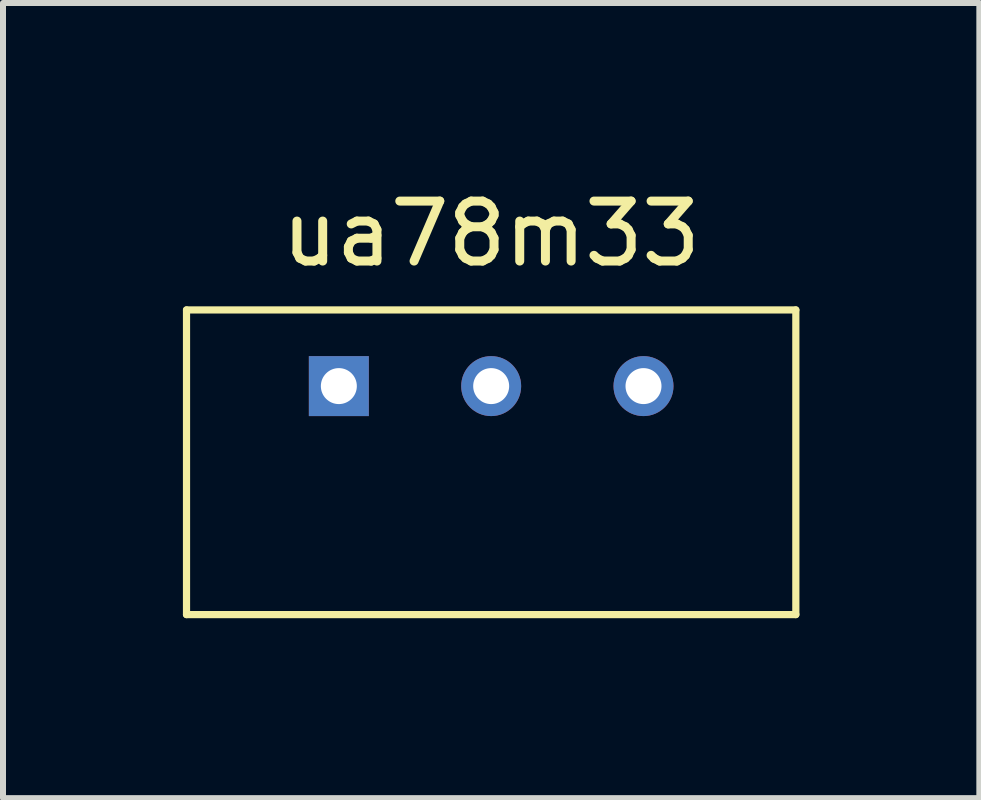
<source format=kicad_pcb>
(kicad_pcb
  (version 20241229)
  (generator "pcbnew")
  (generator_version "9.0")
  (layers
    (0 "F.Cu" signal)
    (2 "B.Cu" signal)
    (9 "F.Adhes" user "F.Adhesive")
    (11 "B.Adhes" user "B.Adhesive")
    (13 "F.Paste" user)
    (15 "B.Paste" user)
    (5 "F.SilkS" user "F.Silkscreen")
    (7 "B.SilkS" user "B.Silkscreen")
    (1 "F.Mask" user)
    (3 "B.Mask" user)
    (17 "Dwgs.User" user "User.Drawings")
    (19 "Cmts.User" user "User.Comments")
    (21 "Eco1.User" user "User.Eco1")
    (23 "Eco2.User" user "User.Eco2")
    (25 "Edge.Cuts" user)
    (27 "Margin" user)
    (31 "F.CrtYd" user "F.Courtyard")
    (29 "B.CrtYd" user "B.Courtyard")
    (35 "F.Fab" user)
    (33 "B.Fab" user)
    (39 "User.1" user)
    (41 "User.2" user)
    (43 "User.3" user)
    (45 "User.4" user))
  (footprint "ua78m33"
    (layer "F.Cu")
    (at 5.14 3.388)
    (property "Reference" "ua78m33" (at 0 -2.54 0) (layer "F.SilkS") (effects (font (size 1 1) (thickness 0.15))))
    (attr through_hole)
    (fp_line (start -5.08 -1.27) (end 5.08 -1.27) (stroke (width 0.12) (type solid)) (layer "F.SilkS"))
    (fp_line (start -5.08 3.81) (end -5.08 -1.27) (stroke (width 0.12) (type solid)) (layer "F.SilkS"))
    (fp_line (start 5.08 -1.27) (end 5.08 3.81) (stroke (width 0.12) (type solid)) (layer "F.SilkS"))
    (fp_line (start 5.08 3.81) (end -5.08 3.81) (stroke (width 0.12) (type solid)) (layer "F.SilkS"))
    (pad "1" thru_hole rect (at -2.54 0) (size 1 1) (drill 0.6) (layers "*.Cu" "*.Mask"))
    (pad "2" thru_hole circle (at 0 0) (size 1 1) (drill 0.6) (layers "*.Cu" "*.Mask"))
    (pad "3" thru_hole circle (at 2.54 0) (size 1 1) (drill 0.6) (layers "*.Cu" "*.Mask")))
  (gr_rect
    (start -3 -3)
    (end 13.28 10.258)
    (stroke (width 0.1) (type default))
    (fill no)
    (layer "Edge.Cuts")))
</source>
